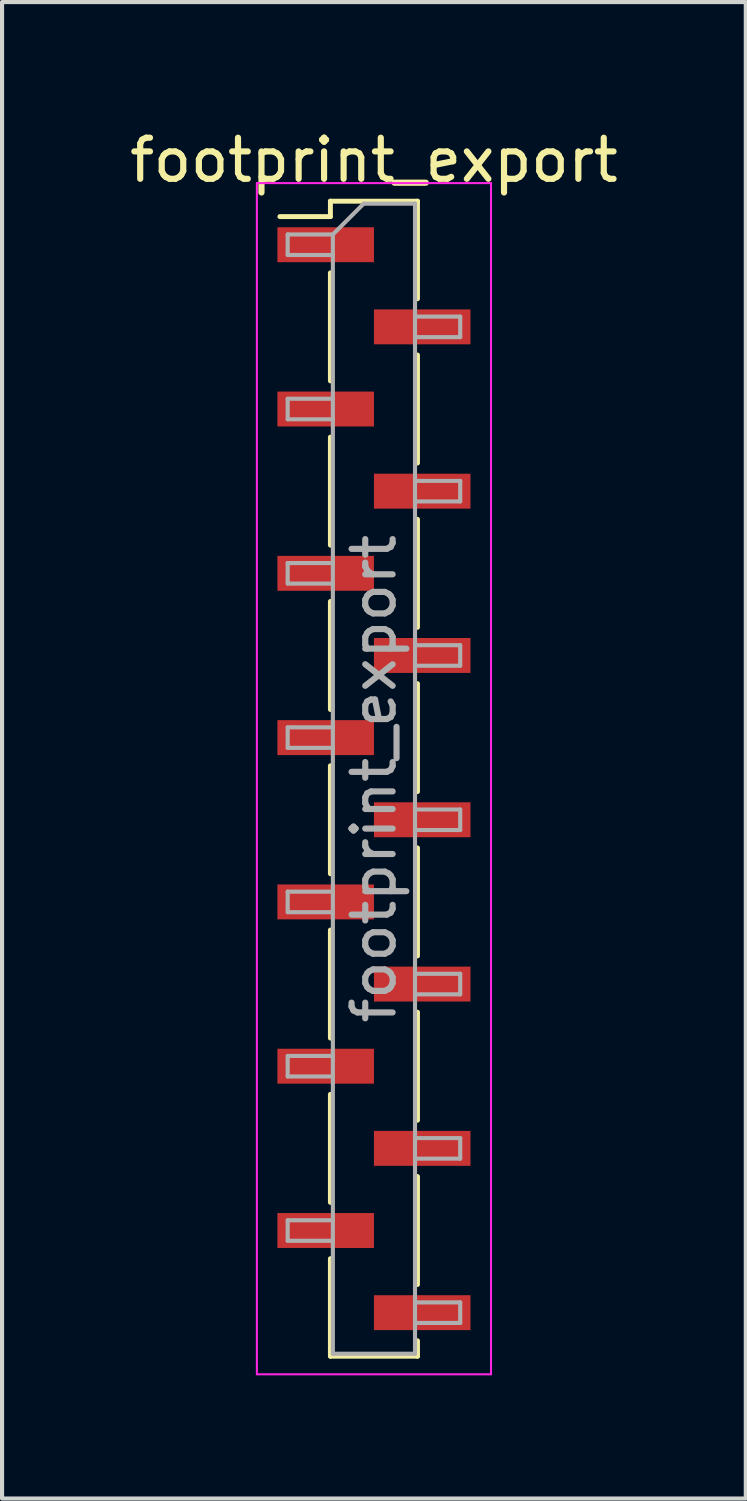
<source format=kicad_pcb>
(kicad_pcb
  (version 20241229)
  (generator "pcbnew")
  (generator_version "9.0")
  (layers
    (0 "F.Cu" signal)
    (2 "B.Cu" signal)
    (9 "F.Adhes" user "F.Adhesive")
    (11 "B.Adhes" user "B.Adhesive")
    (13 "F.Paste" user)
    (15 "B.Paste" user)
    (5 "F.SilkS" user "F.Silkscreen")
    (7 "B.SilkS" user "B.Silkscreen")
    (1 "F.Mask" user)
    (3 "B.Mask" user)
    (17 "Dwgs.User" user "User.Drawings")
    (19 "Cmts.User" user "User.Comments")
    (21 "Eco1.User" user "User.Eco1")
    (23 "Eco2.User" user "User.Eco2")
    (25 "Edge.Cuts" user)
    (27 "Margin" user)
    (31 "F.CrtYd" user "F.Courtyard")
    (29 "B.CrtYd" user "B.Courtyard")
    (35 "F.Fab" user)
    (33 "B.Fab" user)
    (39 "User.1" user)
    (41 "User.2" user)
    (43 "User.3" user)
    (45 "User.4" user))
  (footprint "footprint_export"
    (layer "F.Cu")
    (at 6.054 15.908)
    (property "Reference" "footprint_export" (at 0 -15.06 0) (layer "F.SilkS") (effects (font (size 1 1) (thickness 0.15))))
    (attr smd)
    (fp_line (start -1.06 -14.06) (end -1.06 -13.685) (stroke (width 0.12) (type solid)) (layer "F.SilkS"))
    (fp_line (start -1.06 -14.06) (end 1.06 -14.06) (stroke (width 0.12) (type solid)) (layer "F.SilkS"))
    (fp_line (start -1.06 -13.685) (end -2.29 -13.685) (stroke (width 0.12) (type solid)) (layer "F.SilkS"))
    (fp_line (start -1.06 -12.315) (end -1.06 -9.685) (stroke (width 0.12) (type solid)) (layer "F.SilkS"))
    (fp_line (start -1.06 -8.315) (end -1.06 -5.685) (stroke (width 0.12) (type solid)) (layer "F.SilkS"))
    (fp_line (start -1.06 -4.315) (end -1.06 -1.685) (stroke (width 0.12) (type solid)) (layer "F.SilkS"))
    (fp_line (start -1.06 -0.315) (end -1.06 2.315) (stroke (width 0.12) (type solid)) (layer "F.SilkS"))
    (fp_line (start -1.06 3.685) (end -1.06 6.315) (stroke (width 0.12) (type solid)) (layer "F.SilkS"))
    (fp_line (start -1.06 7.685) (end -1.06 10.315) (stroke (width 0.12) (type solid)) (layer "F.SilkS"))
    (fp_line (start -1.06 11.685) (end -1.06 14.06) (stroke (width 0.12) (type solid)) (layer "F.SilkS"))
    (fp_line (start -1.06 14.06) (end 1.06 14.06) (stroke (width 0.12) (type solid)) (layer "F.SilkS"))
    (fp_line (start 1.06 -14.06) (end 1.06 -11.685) (stroke (width 0.12) (type solid)) (layer "F.SilkS"))
    (fp_line (start 1.06 -10.315) (end 1.06 -7.685) (stroke (width 0.12) (type solid)) (layer "F.SilkS"))
    (fp_line (start 1.06 -6.315) (end 1.06 -3.685) (stroke (width 0.12) (type solid)) (layer "F.SilkS"))
    (fp_line (start 1.06 -2.315) (end 1.06 0.315) (stroke (width 0.12) (type solid)) (layer "F.SilkS"))
    (fp_line (start 1.06 1.685) (end 1.06 4.315) (stroke (width 0.12) (type solid)) (layer "F.SilkS"))
    (fp_line (start 1.06 5.685) (end 1.06 8.315) (stroke (width 0.12) (type solid)) (layer "F.SilkS"))
    (fp_line (start 1.06 9.685) (end 1.06 12.315) (stroke (width 0.12) (type solid)) (layer "F.SilkS"))
    (fp_line (start 1.06 13.685) (end 1.06 14.06) (stroke (width 0.12) (type solid)) (layer "F.SilkS"))
    (fp_line (start -2.85 -14.5) (end -2.85 14.5) (stroke (width 0.05) (type solid)) (layer "F.CrtYd"))
    (fp_line (start -2.85 14.5) (end 2.85 14.5) (stroke (width 0.05) (type solid)) (layer "F.CrtYd"))
    (fp_line (start 2.85 -14.5) (end -2.85 -14.5) (stroke (width 0.05) (type solid)) (layer "F.CrtYd"))
    (fp_line (start 2.85 14.5) (end 2.85 -14.5) (stroke (width 0.05) (type solid)) (layer "F.CrtYd"))
    (fp_line (start -2.1 -13.25) (end -2.1 -12.75) (stroke (width 0.1) (type solid)) (layer "F.Fab"))
    (fp_line (start -2.1 -12.75) (end -1 -12.75) (stroke (width 0.1) (type solid)) (layer "F.Fab"))
    (fp_line (start -2.1 -9.25) (end -2.1 -8.75) (stroke (width 0.1) (type solid)) (layer "F.Fab"))
    (fp_line (start -2.1 -8.75) (end -1 -8.75) (stroke (width 0.1) (type solid)) (layer "F.Fab"))
    (fp_line (start -2.1 -5.25) (end -2.1 -4.75) (stroke (width 0.1) (type solid)) (layer "F.Fab"))
    (fp_line (start -2.1 -4.75) (end -1 -4.75) (stroke (width 0.1) (type solid)) (layer "F.Fab"))
    (fp_line (start -2.1 -1.25) (end -2.1 -0.75) (stroke (width 0.1) (type solid)) (layer "F.Fab"))
    (fp_line (start -2.1 -0.75) (end -1 -0.75) (stroke (width 0.1) (type solid)) (layer "F.Fab"))
    (fp_line (start -2.1 2.75) (end -2.1 3.25) (stroke (width 0.1) (type solid)) (layer "F.Fab"))
    (fp_line (start -2.1 3.25) (end -1 3.25) (stroke (width 0.1) (type solid)) (layer "F.Fab"))
    (fp_line (start -2.1 6.75) (end -2.1 7.25) (stroke (width 0.1) (type solid)) (layer "F.Fab"))
    (fp_line (start -2.1 7.25) (end -1 7.25) (stroke (width 0.1) (type solid)) (layer "F.Fab"))
    (fp_line (start -2.1 10.75) (end -2.1 11.25) (stroke (width 0.1) (type solid)) (layer "F.Fab"))
    (fp_line (start -2.1 11.25) (end -1 11.25) (stroke (width 0.1) (type solid)) (layer "F.Fab"))
    (fp_line (start -1 -13.25) (end -2.1 -13.25) (stroke (width 0.1) (type solid)) (layer "F.Fab"))
    (fp_line (start -1 -13.25) (end -0.25 -14) (stroke (width 0.1) (type solid)) (layer "F.Fab"))
    (fp_line (start -1 -9.25) (end -2.1 -9.25) (stroke (width 0.1) (type solid)) (layer "F.Fab"))
    (fp_line (start -1 -5.25) (end -2.1 -5.25) (stroke (width 0.1) (type solid)) (layer "F.Fab"))
    (fp_line (start -1 -1.25) (end -2.1 -1.25) (stroke (width 0.1) (type solid)) (layer "F.Fab"))
    (fp_line (start -1 2.75) (end -2.1 2.75) (stroke (width 0.1) (type solid)) (layer "F.Fab"))
    (fp_line (start -1 6.75) (end -2.1 6.75) (stroke (width 0.1) (type solid)) (layer "F.Fab"))
    (fp_line (start -1 10.75) (end -2.1 10.75) (stroke (width 0.1) (type solid)) (layer "F.Fab"))
    (fp_line (start -1 14) (end -1 -13.25) (stroke (width 0.1) (type solid)) (layer "F.Fab"))
    (fp_line (start -0.25 -14) (end 1 -14) (stroke (width 0.1) (type solid)) (layer "F.Fab"))
    (fp_line (start 1 -14) (end 1 14) (stroke (width 0.1) (type solid)) (layer "F.Fab"))
    (fp_line (start 1 -11.25) (end 2.1 -11.25) (stroke (width 0.1) (type solid)) (layer "F.Fab"))
    (fp_line (start 1 -7.25) (end 2.1 -7.25) (stroke (width 0.1) (type solid)) (layer "F.Fab"))
    (fp_line (start 1 -3.25) (end 2.1 -3.25) (stroke (width 0.1) (type solid)) (layer "F.Fab"))
    (fp_line (start 1 0.75) (end 2.1 0.75) (stroke (width 0.1) (type solid)) (layer "F.Fab"))
    (fp_line (start 1 4.75) (end 2.1 4.75) (stroke (width 0.1) (type solid)) (layer "F.Fab"))
    (fp_line (start 1 8.75) (end 2.1 8.75) (stroke (width 0.1) (type solid)) (layer "F.Fab"))
    (fp_line (start 1 12.75) (end 2.1 12.75) (stroke (width 0.1) (type solid)) (layer "F.Fab"))
    (fp_line (start 1 14) (end -1 14) (stroke (width 0.1) (type solid)) (layer "F.Fab"))
    (fp_line (start 2.1 -11.25) (end 2.1 -10.75) (stroke (width 0.1) (type solid)) (layer "F.Fab"))
    (fp_line (start 2.1 -10.75) (end 1 -10.75) (stroke (width 0.1) (type solid)) (layer "F.Fab"))
    (fp_line (start 2.1 -7.25) (end 2.1 -6.75) (stroke (width 0.1) (type solid)) (layer "F.Fab"))
    (fp_line (start 2.1 -6.75) (end 1 -6.75) (stroke (width 0.1) (type solid)) (layer "F.Fab"))
    (fp_line (start 2.1 -3.25) (end 2.1 -2.75) (stroke (width 0.1) (type solid)) (layer "F.Fab"))
    (fp_line (start 2.1 -2.75) (end 1 -2.75) (stroke (width 0.1) (type solid)) (layer "F.Fab"))
    (fp_line (start 2.1 0.75) (end 2.1 1.25) (stroke (width 0.1) (type solid)) (layer "F.Fab"))
    (fp_line (start 2.1 1.25) (end 1 1.25) (stroke (width 0.1) (type solid)) (layer "F.Fab"))
    (fp_line (start 2.1 4.75) (end 2.1 5.25) (stroke (width 0.1) (type solid)) (layer "F.Fab"))
    (fp_line (start 2.1 5.25) (end 1 5.25) (stroke (width 0.1) (type solid)) (layer "F.Fab"))
    (fp_line (start 2.1 8.75) (end 2.1 9.25) (stroke (width 0.1) (type solid)) (layer "F.Fab"))
    (fp_line (start 2.1 9.25) (end 1 9.25) (stroke (width 0.1) (type solid)) (layer "F.Fab"))
    (fp_line (start 2.1 12.75) (end 2.1 13.25) (stroke (width 0.1) (type solid)) (layer "F.Fab"))
    (fp_line (start 2.1 13.25) (end 1 13.25) (stroke (width 0.1) (type solid)) (layer "F.Fab"))
    (fp_text user "${REFERENCE}" (at 0 0 90) (layer "F.Fab") (effects (font (size 1 1) (thickness 0.15))))
    (pad "1" smd rect (at -1.175 -13) (size 2.35 0.85) (layers "F.Cu" "F.Mask" "F.Paste"))
    (pad "2" smd rect (at 1.175 -11) (size 2.35 0.85) (layers "F.Cu" "F.Mask" "F.Paste"))
    (pad "3" smd rect (at -1.175 -9) (size 2.35 0.85) (layers "F.Cu" "F.Mask" "F.Paste"))
    (pad "4" smd rect (at 1.175 -7) (size 2.35 0.85) (layers "F.Cu" "F.Mask" "F.Paste"))
    (pad "5" smd rect (at -1.175 -5) (size 2.35 0.85) (layers "F.Cu" "F.Mask" "F.Paste"))
    (pad "6" smd rect (at 1.175 -3) (size 2.35 0.85) (layers "F.Cu" "F.Mask" "F.Paste"))
    (pad "7" smd rect (at -1.175 -1) (size 2.35 0.85) (layers "F.Cu" "F.Mask" "F.Paste"))
    (pad "8" smd rect (at 1.175 1) (size 2.35 0.85) (layers "F.Cu" "F.Mask" "F.Paste"))
    (pad "9" smd rect (at -1.175 3) (size 2.35 0.85) (layers "F.Cu" "F.Mask" "F.Paste"))
    (pad "10" smd rect (at 1.175 5) (size 2.35 0.85) (layers "F.Cu" "F.Mask" "F.Paste"))
    (pad "11" smd rect (at -1.175 7) (size 2.35 0.85) (layers "F.Cu" "F.Mask" "F.Paste"))
    (pad "12" smd rect (at 1.175 9) (size 2.35 0.85) (layers "F.Cu" "F.Mask" "F.Paste"))
    (pad "13" smd rect (at -1.175 11) (size 2.35 0.85) (layers "F.Cu" "F.Mask" "F.Paste"))
    (pad "14" smd rect (at 1.175 13) (size 2.35 0.85) (layers "F.Cu" "F.Mask" "F.Paste")))
  (gr_rect
    (start -3 -3)
    (end 15.107 33.433)
    (stroke (width 0.1) (type default))
    (fill no)
    (layer "Edge.Cuts")))
</source>
